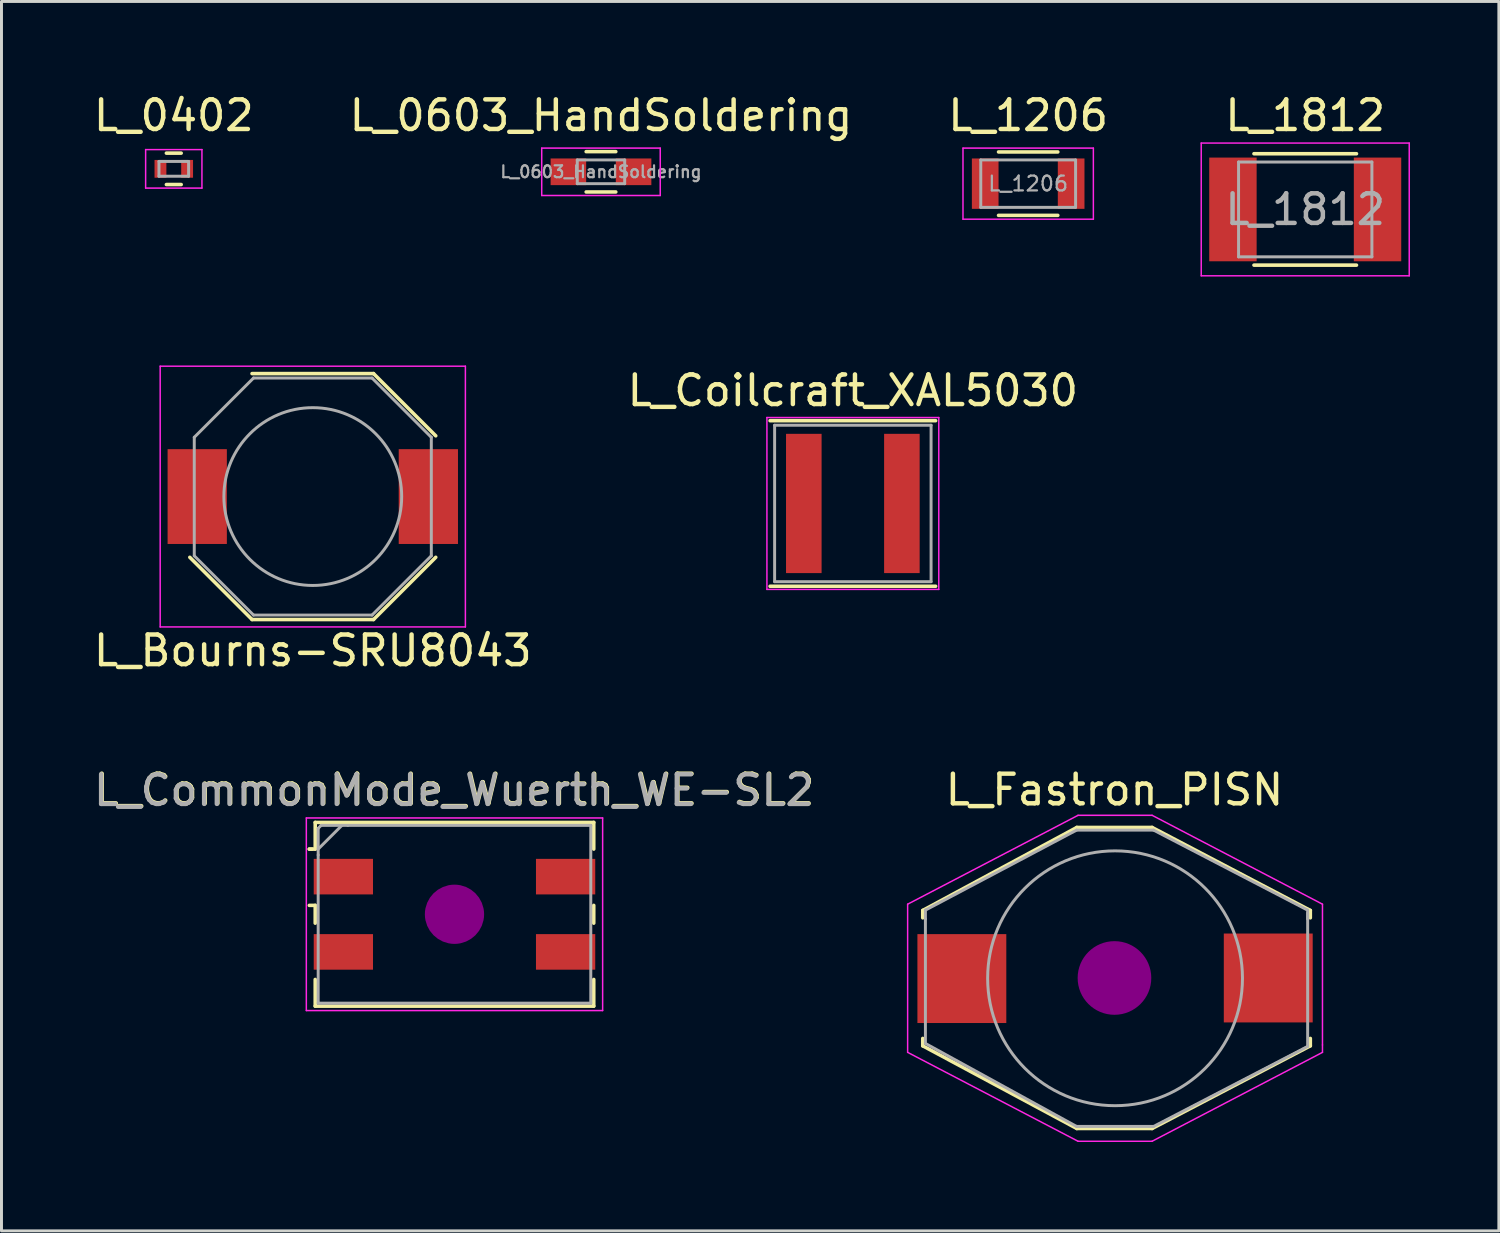
<source format=kicad_pcb>
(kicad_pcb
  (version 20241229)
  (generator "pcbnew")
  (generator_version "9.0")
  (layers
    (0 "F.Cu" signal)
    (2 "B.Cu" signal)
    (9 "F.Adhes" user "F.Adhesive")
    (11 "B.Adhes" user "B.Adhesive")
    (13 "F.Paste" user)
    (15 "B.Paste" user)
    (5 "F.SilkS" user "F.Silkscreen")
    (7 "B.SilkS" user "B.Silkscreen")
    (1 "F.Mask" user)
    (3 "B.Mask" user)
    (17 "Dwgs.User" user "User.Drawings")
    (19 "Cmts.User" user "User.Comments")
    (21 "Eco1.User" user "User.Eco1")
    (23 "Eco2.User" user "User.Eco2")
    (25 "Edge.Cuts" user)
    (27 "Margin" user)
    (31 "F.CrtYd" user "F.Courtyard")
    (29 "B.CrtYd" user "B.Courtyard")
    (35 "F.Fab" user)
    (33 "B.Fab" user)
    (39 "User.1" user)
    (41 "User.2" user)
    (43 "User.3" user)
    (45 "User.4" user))
  (footprint "L_0402"
    (layer "F.Cu")
    (at 2.815 2.648)
    (property "Reference" "L_0402" (at 0 -1.8 0) (layer "F.SilkS") (effects (font (size 1 1) (thickness 0.15))))
    (attr smd)
    (fp_line (start -0.25 0.53) (end 0.25 0.53) (stroke (width 0.12) (type solid)) (layer "F.SilkS"))
    (fp_line (start 0.25 -0.53) (end -0.25 -0.53) (stroke (width 0.12) (type solid)) (layer "F.SilkS"))
    (fp_line (start -0.95 -0.65) (end -0.95 0.65) (stroke (width 0.05) (type solid)) (layer "F.CrtYd"))
    (fp_line (start -0.95 -0.65) (end 0.95 -0.65) (stroke (width 0.05) (type solid)) (layer "F.CrtYd"))
    (fp_line (start -0.95 0.65) (end 0.95 0.65) (stroke (width 0.05) (type solid)) (layer "F.CrtYd"))
    (fp_line (start 0.95 -0.65) (end 0.95 0.65) (stroke (width 0.05) (type solid)) (layer "F.CrtYd"))
    (fp_line (start -0.5 -0.25) (end 0.5 -0.25) (stroke (width 0.1) (type solid)) (layer "F.Fab"))
    (fp_line (start -0.5 0.25) (end -0.5 -0.25) (stroke (width 0.1) (type solid)) (layer "F.Fab"))
    (fp_line (start 0.5 -0.25) (end 0.5 0.25) (stroke (width 0.1) (type solid)) (layer "F.Fab"))
    (fp_line (start 0.5 0.25) (end -0.5 0.25) (stroke (width 0.1) (type solid)) (layer "F.Fab"))
    (pad "1" smd rect (at -0.45 0) (size 0.4 0.6) (layers "F.Cu" "F.Mask" "F.Paste"))
    (pad "2" smd rect (at 0.45 0) (size 0.4 0.6) (layers "F.Cu" "F.Mask" "F.Paste")))
  (footprint "L_1812"
    (layer "F.Cu")
    (at 40.999 4.018)
    (property "Reference" "L_1812" (at 0 -3.17 0) (layer "F.SilkS") (effects (font (size 1 1) (thickness 0.15))))
    (attr smd)
    (fp_line (start -1.73 -1.88) (end 1.73 -1.88) (stroke (width 0.12) (type solid)) (layer "F.SilkS"))
    (fp_line (start -1.73 1.88) (end 1.73 1.88) (stroke (width 0.12) (type solid)) (layer "F.SilkS"))
    (fp_line (start -3.51 -2.24) (end 3.51 -2.24) (stroke (width 0.05) (type solid)) (layer "F.CrtYd"))
    (fp_line (start -3.51 2.24) (end -3.51 -2.24) (stroke (width 0.05) (type solid)) (layer "F.CrtYd"))
    (fp_line (start 3.51 -2.24) (end 3.51 2.24) (stroke (width 0.05) (type solid)) (layer "F.CrtYd"))
    (fp_line (start 3.51 2.24) (end -3.51 2.24) (stroke (width 0.05) (type solid)) (layer "F.CrtYd"))
    (fp_line (start -2.25 -1.6) (end 2.25 -1.6) (stroke (width 0.1) (type solid)) (layer "F.Fab"))
    (fp_line (start -2.25 1.6) (end -2.25 -1.6) (stroke (width 0.1) (type solid)) (layer "F.Fab"))
    (fp_line (start 2.25 -1.6) (end 2.25 1.6) (stroke (width 0.1) (type solid)) (layer "F.Fab"))
    (fp_line (start 2.25 1.6) (end -2.25 1.6) (stroke (width 0.1) (type solid)) (layer "F.Fab"))
    (fp_text user "${REFERENCE}" (at 0 0 0) (layer "F.Fab") (effects (font (size 1 1) (thickness 0.15))))
    (pad "1" smd rect (at -2.44 0) (size 1.6 3.5) (layers "F.Cu" "F.Mask" "F.Paste"))
    (pad "2" smd rect (at 2.44 0) (size 1.6 3.5) (layers "F.Cu" "F.Mask" "F.Paste")))
  (footprint "L_Bourns-SRU8043"
    (layer "F.Cu")
    (at 7.506 13.708)
    (property "Reference" "L_Bourns-SRU8043" (at 0 5.2 0) (layer "F.SilkS") (effects (font (size 1 1) (thickness 0.15))))
    (attr smd)
    (fp_line (start -2.05 -4.15) (end 2.05 -4.15) (stroke (width 0.12) (type solid)) (layer "F.SilkS"))
    (fp_line (start -2.05 4.15) (end -4.15 2.05) (stroke (width 0.12) (type solid)) (layer "F.SilkS"))
    (fp_line (start 2.05 -4.15) (end 4.15 -2.05) (stroke (width 0.12) (type solid)) (layer "F.SilkS"))
    (fp_line (start 2.05 4.15) (end -2.05 4.15) (stroke (width 0.12) (type solid)) (layer "F.SilkS"))
    (fp_line (start 2.05 4.15) (end 4.15 2.05) (stroke (width 0.12) (type solid)) (layer "F.SilkS"))
    (fp_line (start -5.15 -4.4) (end 5.15 -4.4) (stroke (width 0.05) (type solid)) (layer "F.CrtYd"))
    (fp_line (start -5.15 4.4) (end -5.15 -4.4) (stroke (width 0.05) (type solid)) (layer "F.CrtYd"))
    (fp_line (start 5.15 -4.4) (end 5.15 4.4) (stroke (width 0.05) (type solid)) (layer "F.CrtYd"))
    (fp_line (start 5.15 4.4) (end -5.15 4.4) (stroke (width 0.05) (type solid)) (layer "F.CrtYd"))
    (fp_line (start -4 -2) (end -2 -4) (stroke (width 0.1) (type solid)) (layer "F.Fab"))
    (fp_line (start -4 2) (end -4 -2) (stroke (width 0.1) (type solid)) (layer "F.Fab"))
    (fp_line (start -2 -4) (end 2 -4) (stroke (width 0.1) (type solid)) (layer "F.Fab"))
    (fp_line (start -2 4) (end -4 2) (stroke (width 0.1) (type solid)) (layer "F.Fab"))
    (fp_line (start 2 -4) (end 4 -2) (stroke (width 0.1) (type solid)) (layer "F.Fab"))
    (fp_line (start 2 4) (end -2 4) (stroke (width 0.1) (type solid)) (layer "F.Fab"))
    (fp_line (start 4 -2) (end 4 2) (stroke (width 0.1) (type solid)) (layer "F.Fab"))
    (fp_line (start 4 2) (end 2 4) (stroke (width 0.1) (type solid)) (layer "F.Fab"))
    (fp_circle (center 0 0) (end 0 -3) (stroke (width 0.1) (type solid)) (fill no) (layer "F.Fab"))
    (pad "1" smd rect (at -3.9 0) (size 2 3.2) (layers "F.Cu" "F.Mask" "F.Paste"))
    (pad "2" smd rect (at 3.9 0) (size 2 3.2) (layers "F.Cu" "F.Mask" "F.Paste")))
  (footprint "L_Coilcraft_XAL5030"
    (layer "F.Cu")
    (at 25.732 13.941)
    (property "Reference" "L_Coilcraft_XAL5030" (at 0 -3.81 0) (layer "F.SilkS") (effects (font (size 1 1) (thickness 0.15))))
    (attr smd)
    (fp_line (start -2.794 -2.794) (end 2.794 -2.794) (stroke (width 0.12) (type solid)) (layer "F.SilkS"))
    (fp_line (start 2.794 2.794) (end -2.794 2.794) (stroke (width 0.12) (type solid)) (layer "F.SilkS"))
    (fp_line (start -2.9 -2.9) (end 2.9 -2.9) (stroke (width 0.05) (type solid)) (layer "F.CrtYd"))
    (fp_line (start -2.9 2.9) (end -2.9 -2.9) (stroke (width 0.05) (type solid)) (layer "F.CrtYd"))
    (fp_line (start 2.9 -2.9) (end 2.9 2.9) (stroke (width 0.05) (type solid)) (layer "F.CrtYd"))
    (fp_line (start 2.9 2.9) (end -2.9 2.9) (stroke (width 0.05) (type solid)) (layer "F.CrtYd"))
    (fp_line (start -2.64 -2.64) (end 2.64 -2.64) (stroke (width 0.1) (type solid)) (layer "F.Fab"))
    (fp_line (start -2.64 2.64) (end -2.64 -2.64) (stroke (width 0.1) (type solid)) (layer "F.Fab"))
    (fp_line (start 2.64 -2.64) (end 2.64 2.64) (stroke (width 0.1) (type solid)) (layer "F.Fab"))
    (fp_line (start 2.64 2.64) (end -2.64 2.64) (stroke (width 0.1) (type solid)) (layer "F.Fab"))
    (pad "1" smd rect (at -1.655 0) (size 1.2 4.7) (layers "F.Cu" "F.Mask" "F.Paste"))
    (pad "2" smd rect (at 1.655 0) (size 1.2 4.7) (layers "F.Cu" "F.Mask" "F.Paste")))
  (footprint "L_0603_HandSoldering"
    (layer "F.Cu")
    (at 17.232 2.748)
    (property "Reference" "L_0603_HandSoldering" (at 0 -1.9 0) (layer "F.SilkS") (effects (font (size 1 1) (thickness 0.15))))
    (attr smd)
    (fp_line (start -0.5 -0.68) (end 0.5 -0.68) (stroke (width 0.12) (type solid)) (layer "F.SilkS"))
    (fp_line (start 0.5 0.68) (end -0.5 0.68) (stroke (width 0.12) (type solid)) (layer "F.SilkS"))
    (fp_line (start -2 -0.8) (end -2 0.8) (stroke (width 0.05) (type solid)) (layer "F.CrtYd"))
    (fp_line (start -2 -0.8) (end 2 -0.8) (stroke (width 0.05) (type solid)) (layer "F.CrtYd"))
    (fp_line (start -2 0.8) (end 2 0.8) (stroke (width 0.05) (type solid)) (layer "F.CrtYd"))
    (fp_line (start 2 -0.8) (end 2 0.8) (stroke (width 0.05) (type solid)) (layer "F.CrtYd"))
    (fp_line (start -0.8 -0.4) (end 0.8 -0.4) (stroke (width 0.1) (type solid)) (layer "F.Fab"))
    (fp_line (start -0.8 0.4) (end -0.8 -0.4) (stroke (width 0.1) (type solid)) (layer "F.Fab"))
    (fp_line (start 0.8 -0.4) (end 0.8 0.4) (stroke (width 0.1) (type solid)) (layer "F.Fab"))
    (fp_line (start 0.8 0.4) (end -0.8 0.4) (stroke (width 0.1) (type solid)) (layer "F.Fab"))
    (fp_text user "${REFERENCE}" (at 0 0 0) (layer "F.Fab") (effects (font (size 0.4 0.4) (thickness 0.075))))
    (pad "1" smd rect (at -1.1 0) (size 1.2 0.9) (layers "F.Cu" "F.Mask" "F.Paste"))
    (pad "2" smd rect (at 1.1 0) (size 1.2 0.9) (layers "F.Cu" "F.Mask" "F.Paste")))
  (footprint "L_Fastron_PISN"
    (layer "F.Cu")
    (at 34.581 29.965)
    (property "Reference" "L_Fastron_PISN" (at -0.02 -6.36 0) (layer "F.SilkS") (effects (font (size 1 1) (thickness 0.15))))
    (attr smd)
    (fp_line (start -6.49 -2.29) (end -6.49 -2.04) (stroke (width 0.12) (type solid)) (layer "F.SilkS"))
    (fp_line (start -6.49 2.28) (end -6.49 2.03) (stroke (width 0.12) (type solid)) (layer "F.SilkS"))
    (fp_line (start -1.29 -5.09) (end -6.49 -2.29) (stroke (width 0.12) (type solid)) (layer "F.SilkS"))
    (fp_line (start -1.29 -5.09) (end 1.25 -5.09) (stroke (width 0.12) (type solid)) (layer "F.SilkS"))
    (fp_line (start -1.29 5.07) (end -6.49 2.28) (stroke (width 0.12) (type solid)) (layer "F.SilkS"))
    (fp_line (start -1.29 5.07) (end 1.25 5.07) (stroke (width 0.12) (type solid)) (layer "F.SilkS"))
    (fp_line (start 1.25 -5.09) (end 6.59 -2.29) (stroke (width 0.12) (type solid)) (layer "F.SilkS"))
    (fp_line (start 1.25 5.07) (end 6.59 2.28) (stroke (width 0.12) (type solid)) (layer "F.SilkS"))
    (fp_line (start 6.59 -2.29) (end 6.59 -2.04) (stroke (width 0.12) (type solid)) (layer "F.SilkS"))
    (fp_line (start 6.59 2.28) (end 6.59 2.03) (stroke (width 0.12) (type solid)) (layer "F.SilkS"))
    (fp_line (start -0.02 -0.26) (end -0.02 0.25) (stroke (width 0.38) (type solid)) (layer "F.Adhes"))
    (fp_circle (center -0.02 -0.01) (end -0.02 0.5) (stroke (width 0.38) (type solid)) (fill no) (layer "F.Adhes"))
    (fp_circle (center -0.02 -0.01) (end 0.24 -0.01) (stroke (width 0.38) (type solid)) (fill no) (layer "F.Adhes"))
    (fp_circle (center -0.02 -0.01) (end 0.24 0.76) (stroke (width 0.38) (type solid)) (fill no) (layer "F.Adhes"))
    (fp_circle (center -0.02 -0.01) (end 0.24 1.01) (stroke (width 0.38) (type solid)) (fill no) (layer "F.Adhes"))
    (fp_line (start -7 -2.5) (end -1.25 -5.5) (stroke (width 0.05) (type solid)) (layer "F.CrtYd"))
    (fp_line (start -7 2.5) (end -7 -2.5) (stroke (width 0.05) (type solid)) (layer "F.CrtYd"))
    (fp_line (start -1.25 -5.5) (end 1.25 -5.5) (stroke (width 0.05) (type solid)) (layer "F.CrtYd"))
    (fp_line (start -1.25 5.5) (end -7 2.5) (stroke (width 0.05) (type solid)) (layer "F.CrtYd"))
    (fp_line (start 1.25 -5.5) (end 7 -2.5) (stroke (width 0.05) (type solid)) (layer "F.CrtYd"))
    (fp_line (start 1.25 5.5) (end -1.25 5.5) (stroke (width 0.05) (type solid)) (layer "F.CrtYd"))
    (fp_line (start 7 -2.5) (end 7 2.25) (stroke (width 0.05) (type solid)) (layer "F.CrtYd"))
    (fp_line (start 7 2.25) (end 7 2.5) (stroke (width 0.05) (type solid)) (layer "F.CrtYd"))
    (fp_line (start 7 2.5) (end 1.25 5.5) (stroke (width 0.05) (type solid)) (layer "F.CrtYd"))
    (fp_line (start -6.4 -2.3) (end -1.3 -5) (stroke (width 0.1) (type solid)) (layer "F.Fab"))
    (fp_line (start -6.4 -2) (end -6.4 -2.3) (stroke (width 0.1) (type solid)) (layer "F.Fab"))
    (fp_line (start -6.4 -2) (end -6.4 2.2) (stroke (width 0.1) (type solid)) (layer "F.Fab"))
    (fp_line (start -6.4 2.2) (end -1.3 5) (stroke (width 0.1) (type solid)) (layer "F.Fab"))
    (fp_line (start -1.3 -5) (end 1.3 -5) (stroke (width 0.1) (type solid)) (layer "F.Fab"))
    (fp_line (start -1.3 5) (end 1.3 5) (stroke (width 0.1) (type solid)) (layer "F.Fab"))
    (fp_line (start 1.3 -5) (end 6.5 -2.3) (stroke (width 0.1) (type solid)) (layer "F.Fab"))
    (fp_line (start 1.3 5) (end 6.5 2.3) (stroke (width 0.1) (type solid)) (layer "F.Fab"))
    (fp_line (start 6.5 -2.3) (end 6.5 -2) (stroke (width 0.1) (type solid)) (layer "F.Fab"))
    (fp_line (start 6.5 2.3) (end 6.5 -2.2) (stroke (width 0.1) (type solid)) (layer "F.Fab"))
    (fp_circle (center 0 0) (end 0 -4.3) (stroke (width 0.1) (type solid)) (fill no) (layer "F.Fab"))
    (pad "1" smd rect (at 5.17 -0.01) (size 3 3) (layers "F.Cu" "F.Mask" "F.Paste"))
    (pad "2" smd rect (at -5.17 0.01) (size 3 3) (layers "F.Cu" "F.Mask" "F.Paste")))
  (footprint "L_1206"
    (layer "F.Cu")
    (at 31.649 3.148)
    (property "Reference" "L_1206" (at 0 -2.3 0) (layer "F.SilkS") (effects (font (size 1 1) (thickness 0.15))))
    (attr smd)
    (fp_line (start -1 -1.07) (end 1 -1.07) (stroke (width 0.12) (type solid)) (layer "F.SilkS"))
    (fp_line (start 1 1.07) (end -1 1.07) (stroke (width 0.12) (type solid)) (layer "F.SilkS"))
    (fp_line (start -2.2 -1.2) (end -2.2 1.2) (stroke (width 0.05) (type solid)) (layer "F.CrtYd"))
    (fp_line (start -2.2 -1.2) (end 2.2 -1.2) (stroke (width 0.05) (type solid)) (layer "F.CrtYd"))
    (fp_line (start -2.2 1.2) (end 2.2 1.2) (stroke (width 0.05) (type solid)) (layer "F.CrtYd"))
    (fp_line (start 2.2 -1.2) (end 2.2 1.2) (stroke (width 0.05) (type solid)) (layer "F.CrtYd"))
    (fp_line (start -1.6 -0.8) (end 1.6 -0.8) (stroke (width 0.1) (type solid)) (layer "F.Fab"))
    (fp_line (start -1.6 0.8) (end -1.6 -0.8) (stroke (width 0.1) (type solid)) (layer "F.Fab"))
    (fp_line (start 1.6 -0.8) (end 1.6 0.8) (stroke (width 0.1) (type solid)) (layer "F.Fab"))
    (fp_line (start 1.6 0.8) (end -1.6 0.8) (stroke (width 0.1) (type solid)) (layer "F.Fab"))
    (fp_text user "${REFERENCE}" (at 0 0 0) (layer "F.Fab") (effects (font (size 0.5 0.5) (thickness 0.075))))
    (pad "1" smd rect (at -1.45 0) (size 0.9 1.7) (layers "F.Cu" "F.Mask" "F.Paste"))
    (pad "2" smd rect (at 1.45 0) (size 0.9 1.7) (layers "F.Cu" "F.Mask" "F.Paste")))
  (footprint "L_CommonMode_Wuerth_WE-SL2"
    (layer "F.Cu")
    (at 12.288 27.805)
    (property "Reference" "L_CommonMode_Wuerth_WE-SL2" (at 0 -4.2 0) (layer "F.SilkS") (effects (font (size 1 1) (thickness 0.15))))
    (attr smd)
    (fp_line (start -4.9 -2.2) (end -4.8 -2.2) (stroke (width 0.12) (type solid)) (layer "F.SilkS"))
    (fp_line (start -4.9 -0.3) (end -4.7 -0.3) (stroke (width 0.12) (type solid)) (layer "F.SilkS"))
    (fp_line (start -4.7 -3.1) (end -4.7 -2.2) (stroke (width 0.12) (type solid)) (layer "F.SilkS"))
    (fp_line (start -4.7 -3.1) (end 4.7 -3.1) (stroke (width 0.12) (type solid)) (layer "F.SilkS"))
    (fp_line (start -4.7 -2.2) (end -4.9 -2.2) (stroke (width 0.12) (type solid)) (layer "F.SilkS"))
    (fp_line (start -4.7 -0.3) (end -4.7 0.3) (stroke (width 0.12) (type solid)) (layer "F.SilkS"))
    (fp_line (start -4.7 3.1) (end -4.7 2.2) (stroke (width 0.12) (type solid)) (layer "F.SilkS"))
    (fp_line (start 4.7 -3.1) (end 4.7 -2.2) (stroke (width 0.12) (type solid)) (layer "F.SilkS"))
    (fp_line (start 4.7 -0.3) (end 4.7 0.3) (stroke (width 0.12) (type solid)) (layer "F.SilkS"))
    (fp_line (start 4.7 3.1) (end -4.7 3.1) (stroke (width 0.12) (type solid)) (layer "F.SilkS"))
    (fp_line (start 4.7 3.1) (end 4.7 2.2) (stroke (width 0.12) (type solid)) (layer "F.SilkS"))
    (fp_circle (center 0 0) (end 0.5 0) (stroke (width 1) (type solid)) (fill no) (layer "F.Adhes"))
    (fp_line (start -5 -3.25) (end 5 -3.25) (stroke (width 0.05) (type solid)) (layer "F.CrtYd"))
    (fp_line (start -5 3.25) (end -5 -3.25) (stroke (width 0.05) (type solid)) (layer "F.CrtYd"))
    (fp_line (start 5 -3.25) (end 5 3.25) (stroke (width 0.05) (type solid)) (layer "F.CrtYd"))
    (fp_line (start 5 3.25) (end -5 3.25) (stroke (width 0.05) (type solid)) (layer "F.CrtYd"))
    (fp_line (start -4.6 -2.9) (end -4.5 -3) (stroke (width 0.1) (type solid)) (layer "F.Fab"))
    (fp_line (start -4.6 -2.2) (end -3.8 -3) (stroke (width 0.1) (type solid)) (layer "F.Fab"))
    (fp_line (start -4.6 -2) (end -4.6 -2.9) (stroke (width 0.1) (type solid)) (layer "F.Fab"))
    (fp_line (start -4.6 -2) (end -4.6 3) (stroke (width 0.1) (type solid)) (layer "F.Fab"))
    (fp_line (start -4.5 -3) (end -3.6 -3) (stroke (width 0.1) (type solid)) (layer "F.Fab"))
    (fp_line (start -3.6 -3) (end 4.6 -3) (stroke (width 0.1) (type solid)) (layer "F.Fab"))
    (fp_line (start 4.6 -3) (end 4.6 3) (stroke (width 0.1) (type solid)) (layer "F.Fab"))
    (fp_line (start 4.6 3) (end -4.6 3) (stroke (width 0.1) (type solid)) (layer "F.Fab"))
    (fp_text user "${REFERENCE}" (at -0.02 -4.18 0) (layer "F.Fab") (effects (font (size 1 1) (thickness 0.15))))
    (pad "1" smd rect (at -3.75 -1.27) (size 2 1.2) (layers "F.Cu" "F.Mask" "F.Paste"))
    (pad "2" smd rect (at -3.75 1.27) (size 2 1.2) (layers "F.Cu" "F.Mask" "F.Paste"))
    (pad "3" smd rect (at 3.75 1.27) (size 2 1.2) (layers "F.Cu" "F.Mask" "F.Paste"))
    (pad "4" smd rect (at 3.75 -1.27) (size 2 1.2) (layers "F.Cu" "F.Mask" "F.Paste")))
  (gr_rect
    (start -3 -3)
    (end 47.534 38.49)
    (stroke (width 0.1) (type default))
    (fill no)
    (layer "Edge.Cuts")))
</source>
